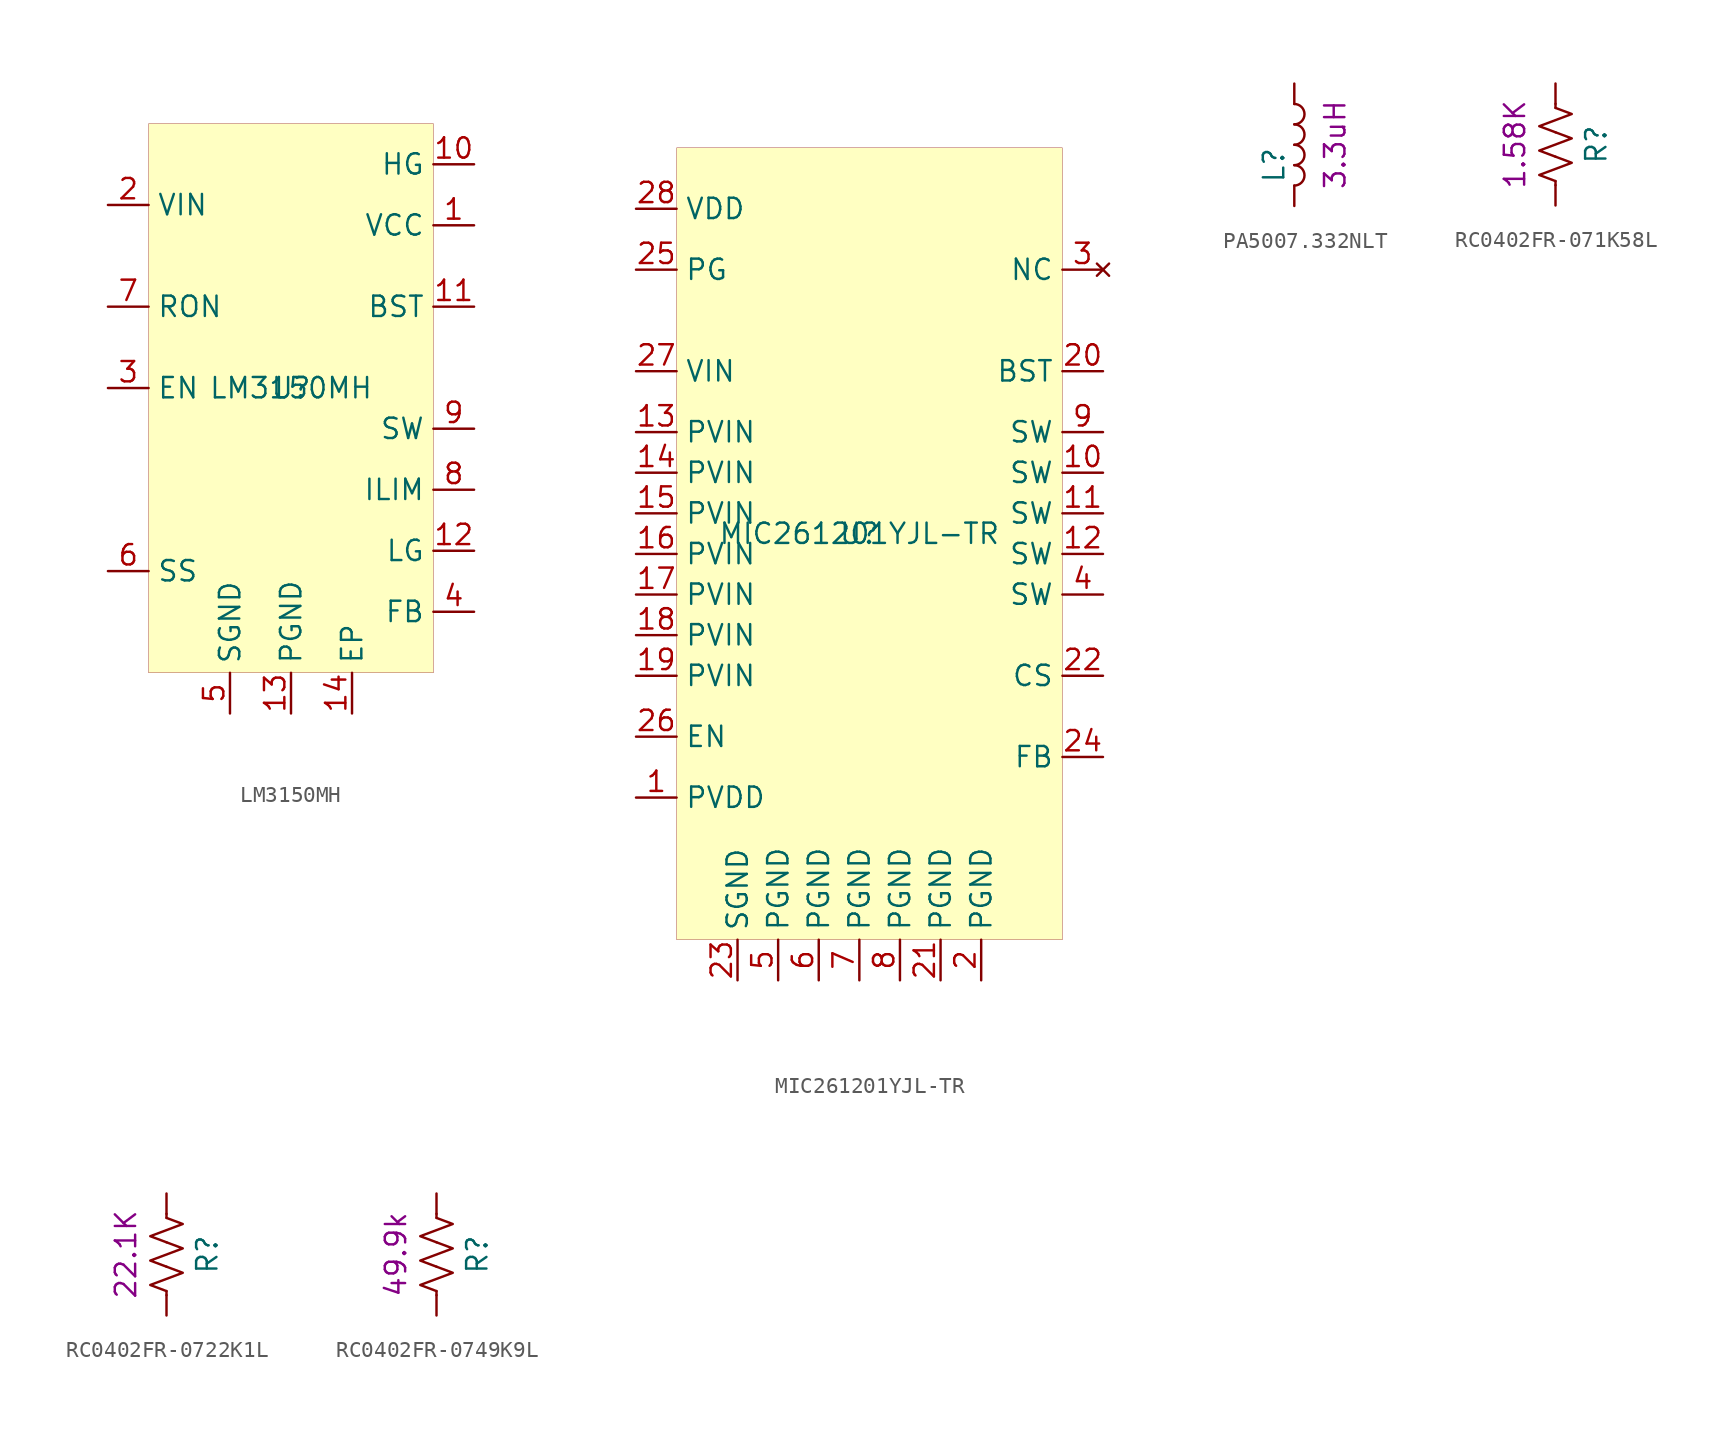
<source format=kicad_sym>
(kicad_symbol_lib
  (version 20201005)
  (generator kicad_symbol_editor)
  (symbol "mte_usb_hub:LM3150MH"
    (property "Reference" "U"
      (at 0 0 0)
      (effects (font (size 1.27 1.27))))
    (property "Value" "LM3150MH"
      (at 0 0 0)
      (effects (font (size 1.27 1.27))))
    (symbol "LM3150MH_0_1"
      (rectangle (start -8.89 16.51) (end 8.89 -17.78) (stroke (width 0.001)) (fill (type background))))
    (symbol "LM3150MH_1_1"
      (pin power_out line (at 11.43 10.16 180) (length 2.54) (name "VCC" (effects (font (size 1.27 1.27)))) (number "1" (effects (font (size 1.27 1.27)))))
      (pin output line (at 11.43 13.97 180) (length 2.54) (name "HG" (effects (font (size 1.27 1.27)))) (number "10" (effects (font (size 1.27 1.27)))))
      (pin output line (at 11.43 5.08 180) (length 2.54) (name "BST" (effects (font (size 1.27 1.27)))) (number "11" (effects (font (size 1.27 1.27)))))
      (pin output line (at 11.43 -10.16 180) (length 2.54) (name "LG" (effects (font (size 1.27 1.27)))) (number "12" (effects (font (size 1.27 1.27)))))
      (pin power_in line (at 0 -20.32 90) (length 2.54) (name "PGND" (effects (font (size 1.27 1.27)))) (number "13" (effects (font (size 1.27 1.27)))))
      (pin power_in line (at 3.81 -20.32 90) (length 2.54) (name "EP" (effects (font (size 1.27 1.27)))) (number "14" (effects (font (size 1.27 1.27)))))
      (pin power_in line (at -11.43 11.43 0) (length 2.54) (name "VIN" (effects (font (size 1.27 1.27)))) (number "2" (effects (font (size 1.27 1.27)))))
      (pin input line (at -11.43 0 0) (length 2.54) (name "EN" (effects (font (size 1.27 1.27)))) (number "3" (effects (font (size 1.27 1.27)))))
      (pin input line (at 11.43 -13.97 180) (length 2.54) (name "FB" (effects (font (size 1.27 1.27)))) (number "4" (effects (font (size 1.27 1.27)))))
      (pin power_in line (at -3.81 -20.32 90) (length 2.54) (name "SGND" (effects (font (size 1.27 1.27)))) (number "5" (effects (font (size 1.27 1.27)))))
      (pin input line (at -11.43 -11.43 0) (length 2.54) (name "SS" (effects (font (size 1.27 1.27)))) (number "6" (effects (font (size 1.27 1.27)))))
      (pin input line (at -11.43 5.08 0) (length 2.54) (name "RON" (effects (font (size 1.27 1.27)))) (number "7" (effects (font (size 1.27 1.27)))))
      (pin input line (at 11.43 -6.35 180) (length 2.54) (name "ILIM" (effects (font (size 1.27 1.27)))) (number "8" (effects (font (size 1.27 1.27)))))
      (pin output line (at 11.43 -2.54 180) (length 2.54) (name "SW" (effects (font (size 1.27 1.27)))) (number "9" (effects (font (size 1.27 1.27)))))))
  (symbol "mte_usb_hub:MIC261201YJL-TR"
    (property "Reference" "U"
      (at 0 0 0)
      (effects (font (size 1.27 1.27))))
    (property "Value" "MIC261201YJL-TR"
      (at 0 0 0)
      (effects (font (size 1.27 1.27))))
    (symbol "MIC261201YJL-TR_0_1"
      (rectangle (start -11.43 24.13) (end 12.7 -25.4) (stroke (width 0.001)) (fill (type background))))
    (symbol "MIC261201YJL-TR_1_1"
      (pin power_out line (at -13.97 -16.51 0) (length 2.54) (name "PVDD" (effects (font (size 1.27 1.27)))) (number "1" (effects (font (size 1.27 1.27)))))
      (pin passive line (at 15.24 3.81 180) (length 2.54) (name "SW" (effects (font (size 1.27 1.27)))) (number "10" (effects (font (size 1.27 1.27)))))
      (pin passive line (at 15.24 1.27 180) (length 2.54) (name "SW" (effects (font (size 1.27 1.27)))) (number "11" (effects (font (size 1.27 1.27)))))
      (pin passive line (at 15.24 -1.27 180) (length 2.54) (name "SW" (effects (font (size 1.27 1.27)))) (number "12" (effects (font (size 1.27 1.27)))))
      (pin power_in line (at -13.97 6.35 0) (length 2.54) (name "PVIN" (effects (font (size 1.27 1.27)))) (number "13" (effects (font (size 1.27 1.27)))))
      (pin power_in line (at -13.97 3.81 0) (length 2.54) (name "PVIN" (effects (font (size 1.27 1.27)))) (number "14" (effects (font (size 1.27 1.27)))))
      (pin power_in line (at -13.97 1.27 0) (length 2.54) (name "PVIN" (effects (font (size 1.27 1.27)))) (number "15" (effects (font (size 1.27 1.27)))))
      (pin power_in line (at -13.97 -1.27 0) (length 2.54) (name "PVIN" (effects (font (size 1.27 1.27)))) (number "16" (effects (font (size 1.27 1.27)))))
      (pin power_in line (at -13.97 -3.81 0) (length 2.54) (name "PVIN" (effects (font (size 1.27 1.27)))) (number "17" (effects (font (size 1.27 1.27)))))
      (pin power_in line (at -13.97 -6.35 0) (length 2.54) (name "PVIN" (effects (font (size 1.27 1.27)))) (number "18" (effects (font (size 1.27 1.27)))))
      (pin power_in line (at -13.97 -8.89 0) (length 2.54) (name "PVIN" (effects (font (size 1.27 1.27)))) (number "19" (effects (font (size 1.27 1.27)))))
      (pin power_in line (at 7.62 -27.94 90) (length 2.54) (name "PGND" (effects (font (size 1.27 1.27)))) (number "2" (effects (font (size 1.27 1.27)))))
      (pin output line (at 15.24 10.16 180) (length 2.54) (name "BST" (effects (font (size 1.27 1.27)))) (number "20" (effects (font (size 1.27 1.27)))))
      (pin power_in line (at 5.08 -27.94 90) (length 2.54) (name "PGND" (effects (font (size 1.27 1.27)))) (number "21" (effects (font (size 1.27 1.27)))))
      (pin input line (at 15.24 -8.89 180) (length 2.54) (name "CS" (effects (font (size 1.27 1.27)))) (number "22" (effects (font (size 1.27 1.27)))))
      (pin power_in line (at -7.62 -27.94 90) (length 2.54) (name "SGND" (effects (font (size 1.27 1.27)))) (number "23" (effects (font (size 1.27 1.27)))))
      (pin input line (at 15.24 -13.97 180) (length 2.54) (name "FB" (effects (font (size 1.27 1.27)))) (number "24" (effects (font (size 1.27 1.27)))))
      (pin output line (at -13.97 16.51 0) (length 2.54) (name "PG" (effects (font (size 1.27 1.27)))) (number "25" (effects (font (size 1.27 1.27)))))
      (pin input line (at -13.97 -12.7 0) (length 2.54) (name "EN" (effects (font (size 1.27 1.27)))) (number "26" (effects (font (size 1.27 1.27)))))
      (pin power_in line (at -13.97 10.16 0) (length 2.54) (name "VIN" (effects (font (size 1.27 1.27)))) (number "27" (effects (font (size 1.27 1.27)))))
      (pin power_out line (at -13.97 20.32 0) (length 2.54) (name "VDD" (effects (font (size 1.27 1.27)))) (number "28" (effects (font (size 1.27 1.27)))))
      (pin no_connect line (at 15.24 16.51 180) (length 2.54) (name "NC" (effects (font (size 1.27 1.27)))) (number "3" (effects (font (size 1.27 1.27)))))
      (pin passive line (at 15.24 -3.81 180) (length 2.54) (name "SW" (effects (font (size 1.27 1.27)))) (number "4" (effects (font (size 1.27 1.27)))))
      (pin power_in line (at -5.08 -27.94 90) (length 2.54) (name "PGND" (effects (font (size 1.27 1.27)))) (number "5" (effects (font (size 1.27 1.27)))))
      (pin power_in line (at -2.54 -27.94 90) (length 2.54) (name "PGND" (effects (font (size 1.27 1.27)))) (number "6" (effects (font (size 1.27 1.27)))))
      (pin power_in line (at 0 -27.94 90) (length 2.54) (name "PGND" (effects (font (size 1.27 1.27)))) (number "7" (effects (font (size 1.27 1.27)))))
      (pin power_in line (at 2.54 -27.94 90) (length 2.54) (name "PGND" (effects (font (size 1.27 1.27)))) (number "8" (effects (font (size 1.27 1.27)))))
      (pin power_out line (at 15.24 6.35 180) (length 2.54) (name "SW" (effects (font (size 1.27 1.27)))) (number "9" (effects (font (size 1.27 1.27)))))))
  (symbol "mte_usb_hub:PA5007.332NLT"
    (pin_numbers hide)
    (pin_names
      (offset 1.016) hide)
    (property "Reference" "L"
      (at -1.27 -1.27 90)
      (effects (font (size 1.27 1.27))))
    (property "id" "3.3uH"
      (at 2.54 0 90)
      (effects (font (size 1.27 1.27))))
    (symbol "PA5007.332NLT_0_1"
      (arc (start 0 -2.54) (end 0 -1.27) (radius (at 0 -1.905) (length 0.635) (angles -89.9 89.9)) (stroke (width 0)) (fill (type none)))
      (arc (start 0 -1.27) (end 0 0) (radius (at 0 -0.635) (length 0.635) (angles -89.9 89.9)) (stroke (width 0)) (fill (type none)))
      (arc (start 0 0) (end 0 1.27) (radius (at 0 0.635) (length 0.635) (angles -89.9 89.9)) (stroke (width 0)) (fill (type none)))
      (arc (start 0 1.27) (end 0 2.54) (radius (at 0 1.905) (length 0.635) (angles -89.9 89.9)) (stroke (width 0)) (fill (type none))))
    (symbol "PA5007.332NLT_1_1"
      (pin passive line (at 0 3.81 270) (length 1.27) (name "1" (effects (font (size 1.27 1.27)))) (number "1" (effects (font (size 1.27 1.27)))))
      (pin passive line (at 0 -3.81 90) (length 1.27) (name "2" (effects (font (size 1.27 1.27)))) (number "2" (effects (font (size 1.27 1.27)))))))
  (symbol "mte_usb_hub:RC0402FR-071K58L"
    (pin_numbers hide)
    (pin_names
      (offset 0))
    (property "Reference" "R"
      (at 2.54 0 90)
      (effects (font (size 1.27 1.27))))
    (property "id" "1.58K"
      (at -2.54 0 90)
      (effects (font (size 1.27 1.27))))
    (symbol "RC0402FR-071K58L_0_1"
      (polyline (pts (xy 0 -2.286) (xy 0 -2.54)) (stroke (width 0)) (fill (type none)))
      (polyline (pts (xy 0 2.286) (xy 0 2.54)) (stroke (width 0)) (fill (type none)))
      (polyline (pts (xy 0 -0.762) (xy 1.016 -1.143) (xy 0 -1.524) (xy -1.016 -1.905) (xy 0 -2.286)) (stroke (width 0)) (fill (type none)))
      (polyline (pts (xy 0 0.762) (xy 1.016 0.381) (xy 0 0) (xy -1.016 -0.381) (xy 0 -0.762)) (stroke (width 0)) (fill (type none)))
      (polyline (pts (xy 0 2.286) (xy 1.016 1.905) (xy 0 1.524) (xy -1.016 1.143) (xy 0 0.762)) (stroke (width 0)) (fill (type none))))
    (symbol "RC0402FR-071K58L_1_1"
      (pin passive line (at 0 3.81 270) (length 1.27) (name "~" (effects (font (size 1.27 1.27)))) (number "1" (effects (font (size 1.27 1.27)))))
      (pin passive line (at 0 -3.81 90) (length 1.27) (name "~" (effects (font (size 1.27 1.27)))) (number "2" (effects (font (size 1.27 1.27)))))))
  (symbol "mte_usb_hub:RC0402FR-0722K1L"
    (pin_numbers hide)
    (pin_names
      (offset 0))
    (property "Reference" "R"
      (at 2.54 0 90)
      (effects (font (size 1.27 1.27))))
    (property "id" "22.1K"
      (at -2.54 0 90)
      (effects (font (size 1.27 1.27))))
    (symbol "RC0402FR-0722K1L_0_1"
      (polyline (pts (xy 0 -2.286) (xy 0 -2.54)) (stroke (width 0)) (fill (type none)))
      (polyline (pts (xy 0 2.286) (xy 0 2.54)) (stroke (width 0)) (fill (type none)))
      (polyline (pts (xy 0 -0.762) (xy 1.016 -1.143) (xy 0 -1.524) (xy -1.016 -1.905) (xy 0 -2.286)) (stroke (width 0)) (fill (type none)))
      (polyline (pts (xy 0 0.762) (xy 1.016 0.381) (xy 0 0) (xy -1.016 -0.381) (xy 0 -0.762)) (stroke (width 0)) (fill (type none)))
      (polyline (pts (xy 0 2.286) (xy 1.016 1.905) (xy 0 1.524) (xy -1.016 1.143) (xy 0 0.762)) (stroke (width 0)) (fill (type none))))
    (symbol "RC0402FR-0722K1L_1_1"
      (pin passive line (at 0 3.81 270) (length 1.27) (name "~" (effects (font (size 1.27 1.27)))) (number "1" (effects (font (size 1.27 1.27)))))
      (pin passive line (at 0 -3.81 90) (length 1.27) (name "~" (effects (font (size 1.27 1.27)))) (number "2" (effects (font (size 1.27 1.27)))))))
  (symbol "mte_usb_hub:RC0402FR-0749K9L"
    (pin_numbers hide)
    (pin_names
      (offset 0))
    (property "Reference" "R"
      (at 2.54 0 90)
      (effects (font (size 1.27 1.27))))
    (property "id" "49.9k"
      (at -2.54 0 90)
      (effects (font (size 1.27 1.27))))
    (symbol "RC0402FR-0749K9L_0_1"
      (polyline (pts (xy 0 -2.286) (xy 0 -2.54)) (stroke (width 0)) (fill (type none)))
      (polyline (pts (xy 0 2.286) (xy 0 2.54)) (stroke (width 0)) (fill (type none)))
      (polyline (pts (xy 0 -0.762) (xy 1.016 -1.143) (xy 0 -1.524) (xy -1.016 -1.905) (xy 0 -2.286)) (stroke (width 0)) (fill (type none)))
      (polyline (pts (xy 0 0.762) (xy 1.016 0.381) (xy 0 0) (xy -1.016 -0.381) (xy 0 -0.762)) (stroke (width 0)) (fill (type none)))
      (polyline (pts (xy 0 2.286) (xy 1.016 1.905) (xy 0 1.524) (xy -1.016 1.143) (xy 0 0.762)) (stroke (width 0)) (fill (type none))))
    (symbol "RC0402FR-0749K9L_1_1"
      (pin passive line (at 0 3.81 270) (length 1.27) (name "~" (effects (font (size 1.27 1.27)))) (number "1" (effects (font (size 1.27 1.27)))))
      (pin passive line (at 0 -3.81 90) (length 1.27) (name "~" (effects (font (size 1.27 1.27)))) (number "2" (effects (font (size 1.27 1.27))))))))
</source>
